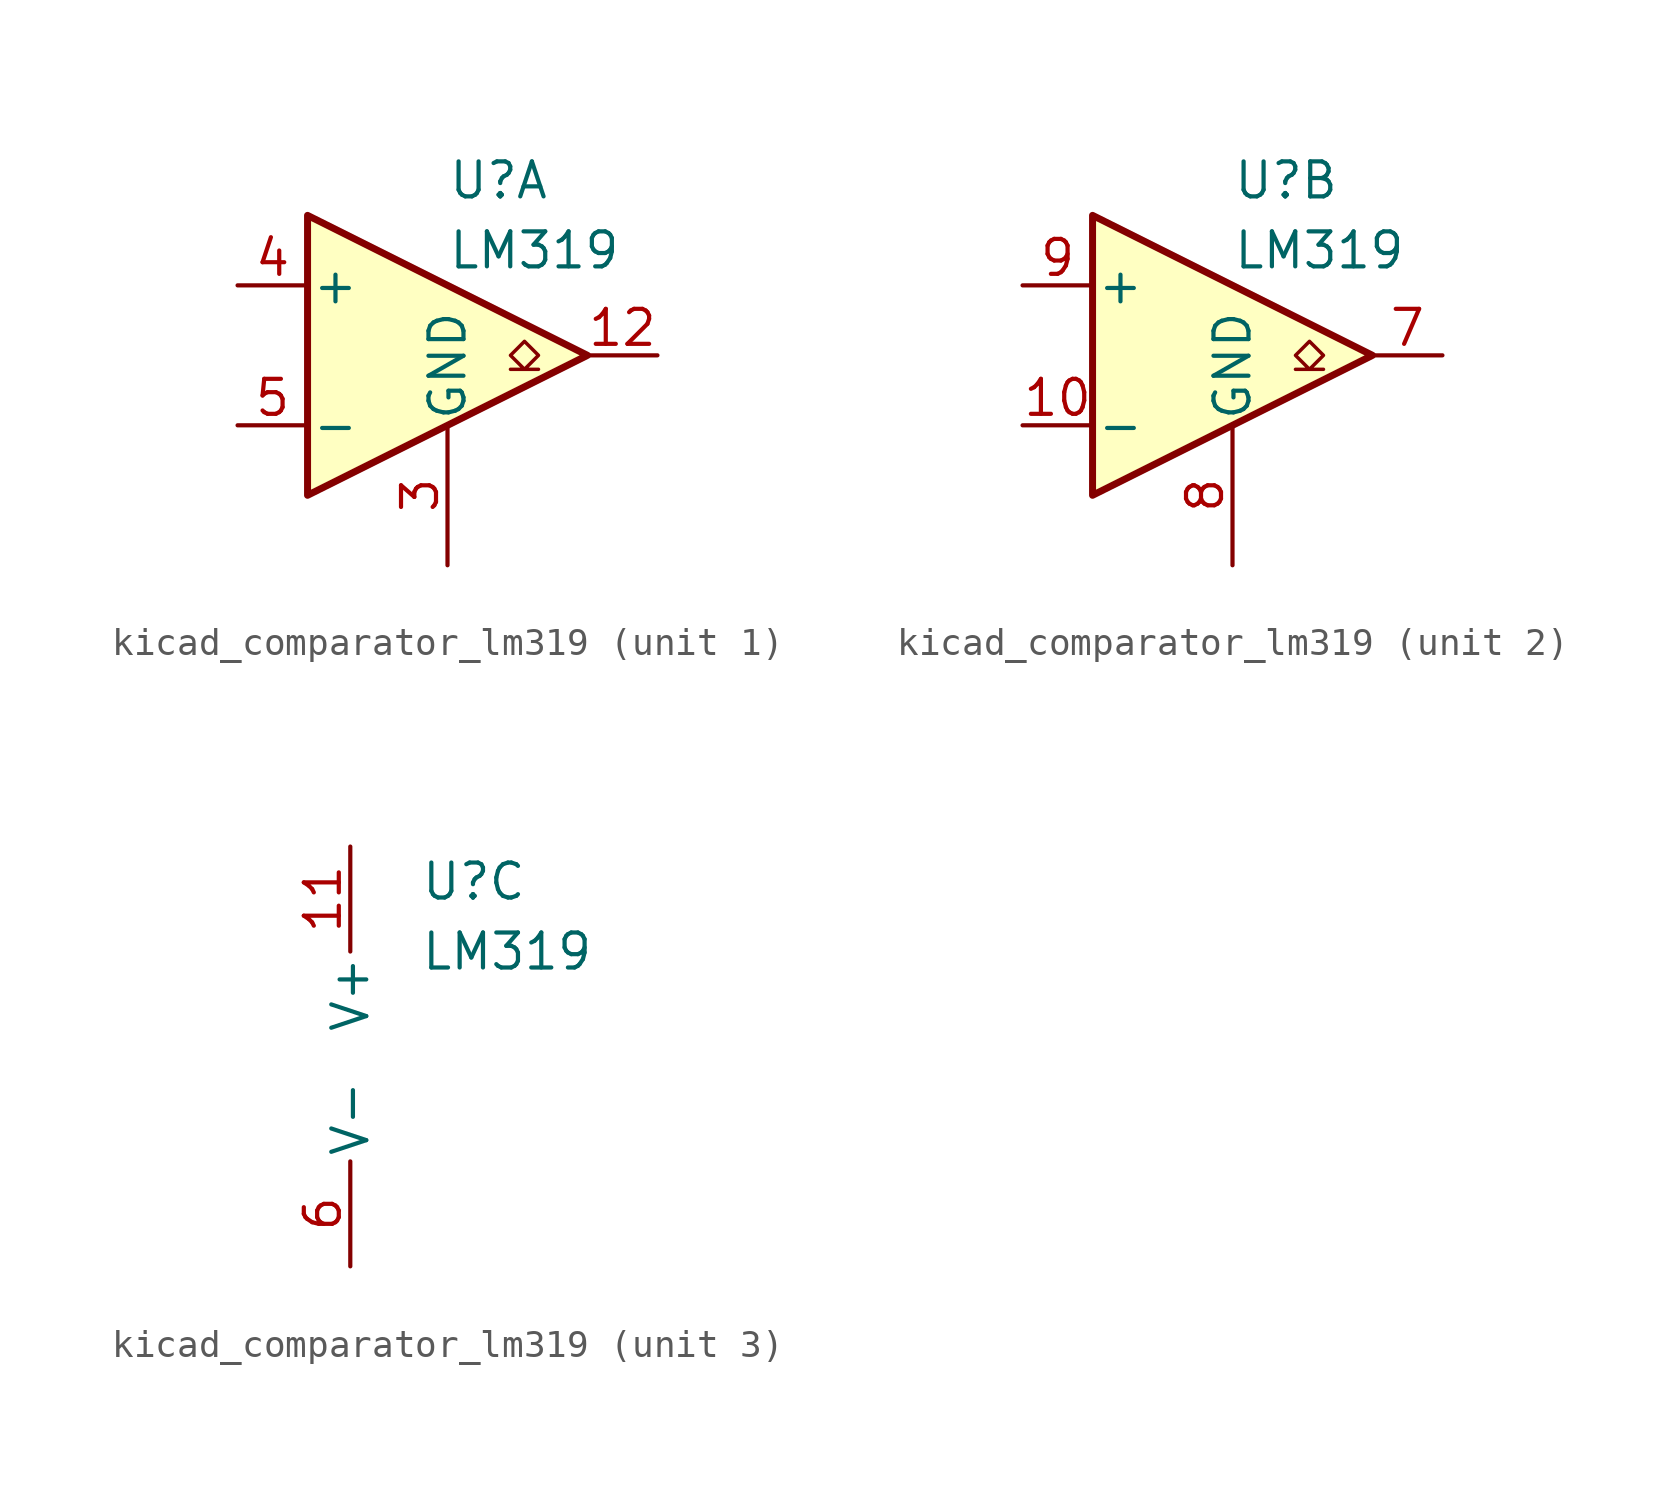
<source format=kicad_sym>
(kicad_symbol_lib
  (version 20220914)
  (generator kicad_symbol_editor)
  (symbol "kicad_comparator_lm319"
    (pin_names
      (offset 0.127))
    (property "Reference" "U"
      (at 0 6.35 0)
      (effects (font (size 1.27 1.27)) (justify left)))
    (property "Value" "LM319"
      (at 0 3.81 0)
      (effects (font (size 1.27 1.27)) (justify left)))
    (property "ki_locked" ""
      (at 0 0 0)
      (effects (font (size 1.27 1.27))))
    (symbol "kicad_comparator_lm319_1_1"
      (polyline (pts (xy -5.08 5.08) (xy 5.08 0) (xy -5.08 -5.08) (xy -5.08 5.08) (xy -5.08 5.08)) (stroke (width 0.254) (type default)) (fill (type background)))
      (polyline (pts (xy 2.286 -0.508) (xy 2.794 -0.508) (xy 2.286 0) (xy 2.794 0.508) (xy 3.302 0) (xy 2.794 -0.508) (xy 3.302 -0.508)) (stroke (width 0.127) (type default)) (fill (type none)))
      (pin no_connect line (at 0 -2.54 90) (length 2.54) hide (name "NC" (effects (font (size 1.27 1.27)))) (number "1" (effects (font (size 1.27 1.27)))))
      (pin open_collector line (at 7.62 0 180) (length 2.54) (name "~" (effects (font (size 1.27 1.27)))) (number "12" (effects (font (size 1.27 1.27)))))
      (pin no_connect line (at 0 2.54 270) (length 2.54) hide (name "NC" (effects (font (size 1.27 1.27)))) (number "2" (effects (font (size 1.27 1.27)))))
      (pin passive line (at 0 -7.62 90) (length 5.08) (name "GND" (effects (font (size 1.27 1.27)))) (number "3" (effects (font (size 1.27 1.27)))))
      (pin input line (at -7.62 2.54 0) (length 2.54) (name "+" (effects (font (size 1.27 1.27)))) (number "4" (effects (font (size 1.27 1.27)))))
      (pin input line (at -7.62 -2.54 0) (length 2.54) (name "-" (effects (font (size 1.27 1.27)))) (number "5" (effects (font (size 1.27 1.27))))))
    (symbol "kicad_comparator_lm319_2_1"
      (polyline (pts (xy -5.08 5.08) (xy 5.08 0) (xy -5.08 -5.08) (xy -5.08 5.08) (xy -5.08 5.08)) (stroke (width 0.254) (type default)) (fill (type background)))
      (polyline (pts (xy 3.302 -0.508) (xy 2.794 -0.508) (xy 3.302 0) (xy 2.794 0.508) (xy 2.286 0) (xy 2.794 -0.508) (xy 2.286 -0.508)) (stroke (width 0.127) (type default)) (fill (type none)))
      (pin input line (at -7.62 -2.54 0) (length 2.54) (name "-" (effects (font (size 1.27 1.27)))) (number "10" (effects (font (size 1.27 1.27)))))
      (pin no_connect line (at 0 -2.54 90) (length 2.54) hide (name "NC" (effects (font (size 1.27 1.27)))) (number "13" (effects (font (size 1.27 1.27)))))
      (pin no_connect line (at 0 2.54 270) (length 2.54) hide (name "NC" (effects (font (size 1.27 1.27)))) (number "14" (effects (font (size 1.27 1.27)))))
      (pin open_collector line (at 7.62 0 180) (length 2.54) (name "~" (effects (font (size 1.27 1.27)))) (number "7" (effects (font (size 1.27 1.27)))))
      (pin passive line (at 0 -7.62 90) (length 5.08) (name "GND" (effects (font (size 1.27 1.27)))) (number "8" (effects (font (size 1.27 1.27)))))
      (pin input line (at -7.62 2.54 0) (length 2.54) (name "+" (effects (font (size 1.27 1.27)))) (number "9" (effects (font (size 1.27 1.27))))))
    (symbol "kicad_comparator_lm319_3_1"
      (pin power_in line (at -2.54 7.62 270) (length 3.81) (name "V+" (effects (font (size 1.27 1.27)))) (number "11" (effects (font (size 1.27 1.27)))))
      (pin power_in line (at -2.54 -7.62 90) (length 3.81) (name "V-" (effects (font (size 1.27 1.27)))) (number "6" (effects (font (size 1.27 1.27))))))))
</source>
